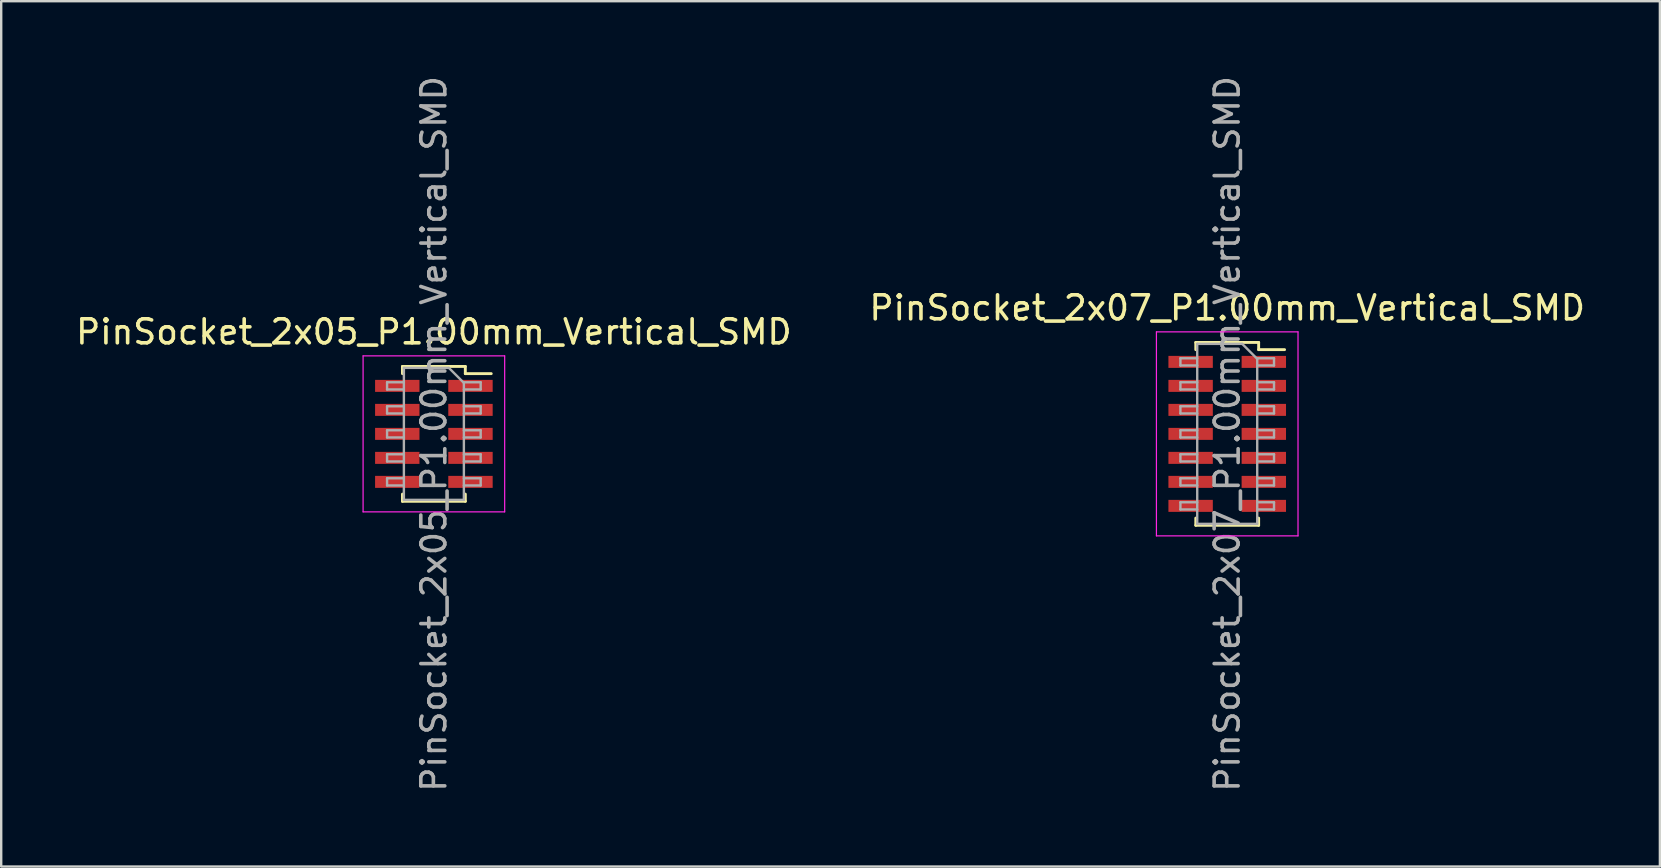
<source format=kicad_pcb>
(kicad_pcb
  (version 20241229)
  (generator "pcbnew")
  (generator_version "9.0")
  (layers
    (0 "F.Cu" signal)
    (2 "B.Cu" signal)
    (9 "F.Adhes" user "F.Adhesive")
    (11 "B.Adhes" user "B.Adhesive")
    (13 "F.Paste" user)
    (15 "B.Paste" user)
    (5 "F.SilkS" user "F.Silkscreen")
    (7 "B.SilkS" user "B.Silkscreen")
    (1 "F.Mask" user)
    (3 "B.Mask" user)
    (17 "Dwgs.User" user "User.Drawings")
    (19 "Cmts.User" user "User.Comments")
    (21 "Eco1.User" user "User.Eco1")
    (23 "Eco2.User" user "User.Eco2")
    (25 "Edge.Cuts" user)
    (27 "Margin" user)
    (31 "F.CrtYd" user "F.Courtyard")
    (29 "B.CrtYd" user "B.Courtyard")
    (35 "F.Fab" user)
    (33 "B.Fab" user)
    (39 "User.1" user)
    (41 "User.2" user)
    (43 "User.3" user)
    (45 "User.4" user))
  (footprint "PinSocket_2x07_P1.00mm_Vertical_SMD"
    (layer "F.Cu")
    (at 48.089 15.03)
    (property "Reference" "PinSocket_2x07_P1.00mm_Vertical_SMD" (at 0 -5.25 0) (layer "F.SilkS") (effects (font (size 1 1) (thickness 0.15))))
    (attr smd)
    (fp_line (start -1.31 -3.81) (end -1.31 -3.51) (stroke (width 0.12) (type solid)) (layer "F.SilkS"))
    (fp_line (start -1.31 -3.81) (end 1.31 -3.81) (stroke (width 0.12) (type solid)) (layer "F.SilkS"))
    (fp_line (start -1.31 3.51) (end -1.31 3.81) (stroke (width 0.12) (type solid)) (layer "F.SilkS"))
    (fp_line (start -1.31 3.81) (end 1.31 3.81) (stroke (width 0.12) (type solid)) (layer "F.SilkS"))
    (fp_line (start 1.31 -3.81) (end 1.31 -3.51) (stroke (width 0.12) (type solid)) (layer "F.SilkS"))
    (fp_line (start 1.31 -3.51) (end 2.39 -3.51) (stroke (width 0.12) (type solid)) (layer "F.SilkS"))
    (fp_line (start 1.31 3.51) (end 1.31 3.81) (stroke (width 0.12) (type solid)) (layer "F.SilkS"))
    (fp_line (start -2.95 -4.25) (end 2.95 -4.25) (stroke (width 0.05) (type solid)) (layer "F.CrtYd"))
    (fp_line (start -2.95 4.25) (end -2.95 -4.25) (stroke (width 0.05) (type solid)) (layer "F.CrtYd"))
    (fp_line (start 2.95 -4.25) (end 2.95 4.25) (stroke (width 0.05) (type solid)) (layer "F.CrtYd"))
    (fp_line (start 2.95 4.25) (end -2.95 4.25) (stroke (width 0.05) (type solid)) (layer "F.CrtYd"))
    (fp_line (start -1.95 -3.15) (end -1.25 -3.15) (stroke (width 0.1) (type solid)) (layer "F.Fab"))
    (fp_line (start -1.95 -2.85) (end -1.95 -3.15) (stroke (width 0.1) (type solid)) (layer "F.Fab"))
    (fp_line (start -1.95 -2.15) (end -1.25 -2.15) (stroke (width 0.1) (type solid)) (layer "F.Fab"))
    (fp_line (start -1.95 -1.85) (end -1.95 -2.15) (stroke (width 0.1) (type solid)) (layer "F.Fab"))
    (fp_line (start -1.95 -1.15) (end -1.25 -1.15) (stroke (width 0.1) (type solid)) (layer "F.Fab"))
    (fp_line (start -1.95 -0.85) (end -1.95 -1.15) (stroke (width 0.1) (type solid)) (layer "F.Fab"))
    (fp_line (start -1.95 -0.15) (end -1.25 -0.15) (stroke (width 0.1) (type solid)) (layer "F.Fab"))
    (fp_line (start -1.95 0.15) (end -1.95 -0.15) (stroke (width 0.1) (type solid)) (layer "F.Fab"))
    (fp_line (start -1.95 0.85) (end -1.25 0.85) (stroke (width 0.1) (type solid)) (layer "F.Fab"))
    (fp_line (start -1.95 1.15) (end -1.95 0.85) (stroke (width 0.1) (type solid)) (layer "F.Fab"))
    (fp_line (start -1.95 1.85) (end -1.25 1.85) (stroke (width 0.1) (type solid)) (layer "F.Fab"))
    (fp_line (start -1.95 2.15) (end -1.95 1.85) (stroke (width 0.1) (type solid)) (layer "F.Fab"))
    (fp_line (start -1.95 2.85) (end -1.25 2.85) (stroke (width 0.1) (type solid)) (layer "F.Fab"))
    (fp_line (start -1.95 3.15) (end -1.95 2.85) (stroke (width 0.1) (type solid)) (layer "F.Fab"))
    (fp_line (start -1.25 -3.75) (end 0.625 -3.75) (stroke (width 0.1) (type solid)) (layer "F.Fab"))
    (fp_line (start -1.25 -2.85) (end -1.95 -2.85) (stroke (width 0.1) (type solid)) (layer "F.Fab"))
    (fp_line (start -1.25 -1.85) (end -1.95 -1.85) (stroke (width 0.1) (type solid)) (layer "F.Fab"))
    (fp_line (start -1.25 -0.85) (end -1.95 -0.85) (stroke (width 0.1) (type solid)) (layer "F.Fab"))
    (fp_line (start -1.25 0.15) (end -1.95 0.15) (stroke (width 0.1) (type solid)) (layer "F.Fab"))
    (fp_line (start -1.25 1.15) (end -1.95 1.15) (stroke (width 0.1) (type solid)) (layer "F.Fab"))
    (fp_line (start -1.25 2.15) (end -1.95 2.15) (stroke (width 0.1) (type solid)) (layer "F.Fab"))
    (fp_line (start -1.25 3.15) (end -1.95 3.15) (stroke (width 0.1) (type solid)) (layer "F.Fab"))
    (fp_line (start -1.25 3.75) (end -1.25 -3.75) (stroke (width 0.1) (type solid)) (layer "F.Fab"))
    (fp_line (start 0.625 -3.75) (end 1.25 -3.125) (stroke (width 0.1) (type solid)) (layer "F.Fab"))
    (fp_line (start 1.25 -3.15) (end 1.95 -3.15) (stroke (width 0.1) (type solid)) (layer "F.Fab"))
    (fp_line (start 1.25 -3.125) (end 1.25 3.75) (stroke (width 0.1) (type solid)) (layer "F.Fab"))
    (fp_line (start 1.25 -2.15) (end 1.95 -2.15) (stroke (width 0.1) (type solid)) (layer "F.Fab"))
    (fp_line (start 1.25 -1.15) (end 1.95 -1.15) (stroke (width 0.1) (type solid)) (layer "F.Fab"))
    (fp_line (start 1.25 -0.15) (end 1.95 -0.15) (stroke (width 0.1) (type solid)) (layer "F.Fab"))
    (fp_line (start 1.25 0.85) (end 1.95 0.85) (stroke (width 0.1) (type solid)) (layer "F.Fab"))
    (fp_line (start 1.25 1.85) (end 1.95 1.85) (stroke (width 0.1) (type solid)) (layer "F.Fab"))
    (fp_line (start 1.25 2.85) (end 1.95 2.85) (stroke (width 0.1) (type solid)) (layer "F.Fab"))
    (fp_line (start 1.25 3.75) (end -1.25 3.75) (stroke (width 0.1) (type solid)) (layer "F.Fab"))
    (fp_line (start 1.95 -3.15) (end 1.95 -2.85) (stroke (width 0.1) (type solid)) (layer "F.Fab"))
    (fp_line (start 1.95 -2.85) (end 1.25 -2.85) (stroke (width 0.1) (type solid)) (layer "F.Fab"))
    (fp_line (start 1.95 -2.15) (end 1.95 -1.85) (stroke (width 0.1) (type solid)) (layer "F.Fab"))
    (fp_line (start 1.95 -1.85) (end 1.25 -1.85) (stroke (width 0.1) (type solid)) (layer "F.Fab"))
    (fp_line (start 1.95 -1.15) (end 1.95 -0.85) (stroke (width 0.1) (type solid)) (layer "F.Fab"))
    (fp_line (start 1.95 -0.85) (end 1.25 -0.85) (stroke (width 0.1) (type solid)) (layer "F.Fab"))
    (fp_line (start 1.95 -0.15) (end 1.95 0.15) (stroke (width 0.1) (type solid)) (layer "F.Fab"))
    (fp_line (start 1.95 0.15) (end 1.25 0.15) (stroke (width 0.1) (type solid)) (layer "F.Fab"))
    (fp_line (start 1.95 0.85) (end 1.95 1.15) (stroke (width 0.1) (type solid)) (layer "F.Fab"))
    (fp_line (start 1.95 1.15) (end 1.25 1.15) (stroke (width 0.1) (type solid)) (layer "F.Fab"))
    (fp_line (start 1.95 1.85) (end 1.95 2.15) (stroke (width 0.1) (type solid)) (layer "F.Fab"))
    (fp_line (start 1.95 2.15) (end 1.25 2.15) (stroke (width 0.1) (type solid)) (layer "F.Fab"))
    (fp_line (start 1.95 2.85) (end 1.95 3.15) (stroke (width 0.1) (type solid)) (layer "F.Fab"))
    (fp_line (start 1.95 3.15) (end 1.25 3.15) (stroke (width 0.1) (type solid)) (layer "F.Fab"))
    (fp_text user "${REFERENCE}" (at 0 0 90) (layer "F.Fab") (effects (font (size 1 1) (thickness 0.15))))
    (pad "1" smd rect (at 1.525 -3) (size 1.85 0.5) (layers "F.Cu" "F.Mask" "F.Paste"))
    (pad "2" smd rect (at -1.525 -3) (size 1.85 0.5) (layers "F.Cu" "F.Mask" "F.Paste"))
    (pad "3" smd rect (at 1.525 -2) (size 1.85 0.5) (layers "F.Cu" "F.Mask" "F.Paste"))
    (pad "4" smd rect (at -1.525 -2) (size 1.85 0.5) (layers "F.Cu" "F.Mask" "F.Paste"))
    (pad "5" smd rect (at 1.525 -1) (size 1.85 0.5) (layers "F.Cu" "F.Mask" "F.Paste"))
    (pad "6" smd rect (at -1.525 -1) (size 1.85 0.5) (layers "F.Cu" "F.Mask" "F.Paste"))
    (pad "7" smd rect (at 1.525 0) (size 1.85 0.5) (layers "F.Cu" "F.Mask" "F.Paste"))
    (pad "8" smd rect (at -1.525 0) (size 1.85 0.5) (layers "F.Cu" "F.Mask" "F.Paste"))
    (pad "9" smd rect (at 1.525 1) (size 1.85 0.5) (layers "F.Cu" "F.Mask" "F.Paste"))
    (pad "10" smd rect (at -1.525 1) (size 1.85 0.5) (layers "F.Cu" "F.Mask" "F.Paste"))
    (pad "11" smd rect (at 1.525 2) (size 1.85 0.5) (layers "F.Cu" "F.Mask" "F.Paste"))
    (pad "12" smd rect (at -1.525 2) (size 1.85 0.5) (layers "F.Cu" "F.Mask" "F.Paste"))
    (pad "13" smd rect (at 1.525 3) (size 1.85 0.5) (layers "F.Cu" "F.Mask" "F.Paste"))
    (pad "14" smd rect (at -1.525 3) (size 1.85 0.5) (layers "F.Cu" "F.Mask" "F.Paste")))
  (footprint "PinSocket_2x05_P1.00mm_Vertical_SMD"
    (layer "F.Cu")
    (at 15.03 15.03)
    (property "Reference" "PinSocket_2x05_P1.00mm_Vertical_SMD" (at 0 -4.25 0) (layer "F.SilkS") (effects (font (size 1 1) (thickness 0.15))))
    (attr smd)
    (fp_line (start -1.31 -2.81) (end -1.31 -2.51) (stroke (width 0.12) (type solid)) (layer "F.SilkS"))
    (fp_line (start -1.31 -2.81) (end 1.31 -2.81) (stroke (width 0.12) (type solid)) (layer "F.SilkS"))
    (fp_line (start -1.31 2.51) (end -1.31 2.81) (stroke (width 0.12) (type solid)) (layer "F.SilkS"))
    (fp_line (start -1.31 2.81) (end 1.31 2.81) (stroke (width 0.12) (type solid)) (layer "F.SilkS"))
    (fp_line (start 1.31 -2.81) (end 1.31 -2.51) (stroke (width 0.12) (type solid)) (layer "F.SilkS"))
    (fp_line (start 1.31 -2.51) (end 2.39 -2.51) (stroke (width 0.12) (type solid)) (layer "F.SilkS"))
    (fp_line (start 1.31 2.51) (end 1.31 2.81) (stroke (width 0.12) (type solid)) (layer "F.SilkS"))
    (fp_line (start -2.95 -3.25) (end 2.95 -3.25) (stroke (width 0.05) (type solid)) (layer "F.CrtYd"))
    (fp_line (start -2.95 3.25) (end -2.95 -3.25) (stroke (width 0.05) (type solid)) (layer "F.CrtYd"))
    (fp_line (start 2.95 -3.25) (end 2.95 3.25) (stroke (width 0.05) (type solid)) (layer "F.CrtYd"))
    (fp_line (start 2.95 3.25) (end -2.95 3.25) (stroke (width 0.05) (type solid)) (layer "F.CrtYd"))
    (fp_line (start -1.95 -2.15) (end -1.25 -2.15) (stroke (width 0.1) (type solid)) (layer "F.Fab"))
    (fp_line (start -1.95 -1.85) (end -1.95 -2.15) (stroke (width 0.1) (type solid)) (layer "F.Fab"))
    (fp_line (start -1.95 -1.15) (end -1.25 -1.15) (stroke (width 0.1) (type solid)) (layer "F.Fab"))
    (fp_line (start -1.95 -0.85) (end -1.95 -1.15) (stroke (width 0.1) (type solid)) (layer "F.Fab"))
    (fp_line (start -1.95 -0.15) (end -1.25 -0.15) (stroke (width 0.1) (type solid)) (layer "F.Fab"))
    (fp_line (start -1.95 0.15) (end -1.95 -0.15) (stroke (width 0.1) (type solid)) (layer "F.Fab"))
    (fp_line (start -1.95 0.85) (end -1.25 0.85) (stroke (width 0.1) (type solid)) (layer "F.Fab"))
    (fp_line (start -1.95 1.15) (end -1.95 0.85) (stroke (width 0.1) (type solid)) (layer "F.Fab"))
    (fp_line (start -1.95 1.85) (end -1.25 1.85) (stroke (width 0.1) (type solid)) (layer "F.Fab"))
    (fp_line (start -1.95 2.15) (end -1.95 1.85) (stroke (width 0.1) (type solid)) (layer "F.Fab"))
    (fp_line (start -1.25 -2.75) (end 0.625 -2.75) (stroke (width 0.1) (type solid)) (layer "F.Fab"))
    (fp_line (start -1.25 -1.85) (end -1.95 -1.85) (stroke (width 0.1) (type solid)) (layer "F.Fab"))
    (fp_line (start -1.25 -0.85) (end -1.95 -0.85) (stroke (width 0.1) (type solid)) (layer "F.Fab"))
    (fp_line (start -1.25 0.15) (end -1.95 0.15) (stroke (width 0.1) (type solid)) (layer "F.Fab"))
    (fp_line (start -1.25 1.15) (end -1.95 1.15) (stroke (width 0.1) (type solid)) (layer "F.Fab"))
    (fp_line (start -1.25 2.15) (end -1.95 2.15) (stroke (width 0.1) (type solid)) (layer "F.Fab"))
    (fp_line (start -1.25 2.75) (end -1.25 -2.75) (stroke (width 0.1) (type solid)) (layer "F.Fab"))
    (fp_line (start 0.625 -2.75) (end 1.25 -2.125) (stroke (width 0.1) (type solid)) (layer "F.Fab"))
    (fp_line (start 1.25 -2.15) (end 1.95 -2.15) (stroke (width 0.1) (type solid)) (layer "F.Fab"))
    (fp_line (start 1.25 -2.125) (end 1.25 2.75) (stroke (width 0.1) (type solid)) (layer "F.Fab"))
    (fp_line (start 1.25 -1.15) (end 1.95 -1.15) (stroke (width 0.1) (type solid)) (layer "F.Fab"))
    (fp_line (start 1.25 -0.15) (end 1.95 -0.15) (stroke (width 0.1) (type solid)) (layer "F.Fab"))
    (fp_line (start 1.25 0.85) (end 1.95 0.85) (stroke (width 0.1) (type solid)) (layer "F.Fab"))
    (fp_line (start 1.25 1.85) (end 1.95 1.85) (stroke (width 0.1) (type solid)) (layer "F.Fab"))
    (fp_line (start 1.25 2.75) (end -1.25 2.75) (stroke (width 0.1) (type solid)) (layer "F.Fab"))
    (fp_line (start 1.95 -2.15) (end 1.95 -1.85) (stroke (width 0.1) (type solid)) (layer "F.Fab"))
    (fp_line (start 1.95 -1.85) (end 1.25 -1.85) (stroke (width 0.1) (type solid)) (layer "F.Fab"))
    (fp_line (start 1.95 -1.15) (end 1.95 -0.85) (stroke (width 0.1) (type solid)) (layer "F.Fab"))
    (fp_line (start 1.95 -0.85) (end 1.25 -0.85) (stroke (width 0.1) (type solid)) (layer "F.Fab"))
    (fp_line (start 1.95 -0.15) (end 1.95 0.15) (stroke (width 0.1) (type solid)) (layer "F.Fab"))
    (fp_line (start 1.95 0.15) (end 1.25 0.15) (stroke (width 0.1) (type solid)) (layer "F.Fab"))
    (fp_line (start 1.95 0.85) (end 1.95 1.15) (stroke (width 0.1) (type solid)) (layer "F.Fab"))
    (fp_line (start 1.95 1.15) (end 1.25 1.15) (stroke (width 0.1) (type solid)) (layer "F.Fab"))
    (fp_line (start 1.95 1.85) (end 1.95 2.15) (stroke (width 0.1) (type solid)) (layer "F.Fab"))
    (fp_line (start 1.95 2.15) (end 1.25 2.15) (stroke (width 0.1) (type solid)) (layer "F.Fab"))
    (fp_text user "${REFERENCE}" (at 0 0 90) (layer "F.Fab") (effects (font (size 1 1) (thickness 0.15))))
    (pad "1" smd rect (at 1.525 -2) (size 1.85 0.5) (layers "F.Cu" "F.Mask" "F.Paste"))
    (pad "2" smd rect (at -1.525 -2) (size 1.85 0.5) (layers "F.Cu" "F.Mask" "F.Paste"))
    (pad "3" smd rect (at 1.525 -1) (size 1.85 0.5) (layers "F.Cu" "F.Mask" "F.Paste"))
    (pad "4" smd rect (at -1.525 -1) (size 1.85 0.5) (layers "F.Cu" "F.Mask" "F.Paste"))
    (pad "5" smd rect (at 1.525 0) (size 1.85 0.5) (layers "F.Cu" "F.Mask" "F.Paste"))
    (pad "6" smd rect (at -1.525 0) (size 1.85 0.5) (layers "F.Cu" "F.Mask" "F.Paste"))
    (pad "7" smd rect (at 1.525 1) (size 1.85 0.5) (layers "F.Cu" "F.Mask" "F.Paste"))
    (pad "8" smd rect (at -1.525 1) (size 1.85 0.5) (layers "F.Cu" "F.Mask" "F.Paste"))
    (pad "9" smd rect (at 1.525 2) (size 1.85 0.5) (layers "F.Cu" "F.Mask" "F.Paste"))
    (pad "10" smd rect (at -1.525 2) (size 1.85 0.5) (layers "F.Cu" "F.Mask" "F.Paste")))
  (gr_rect
    (start -3 -3)
    (end 66.119 33.06)
    (stroke (width 0.1) (type default))
    (fill no)
    (layer "Edge.Cuts")))
</source>
